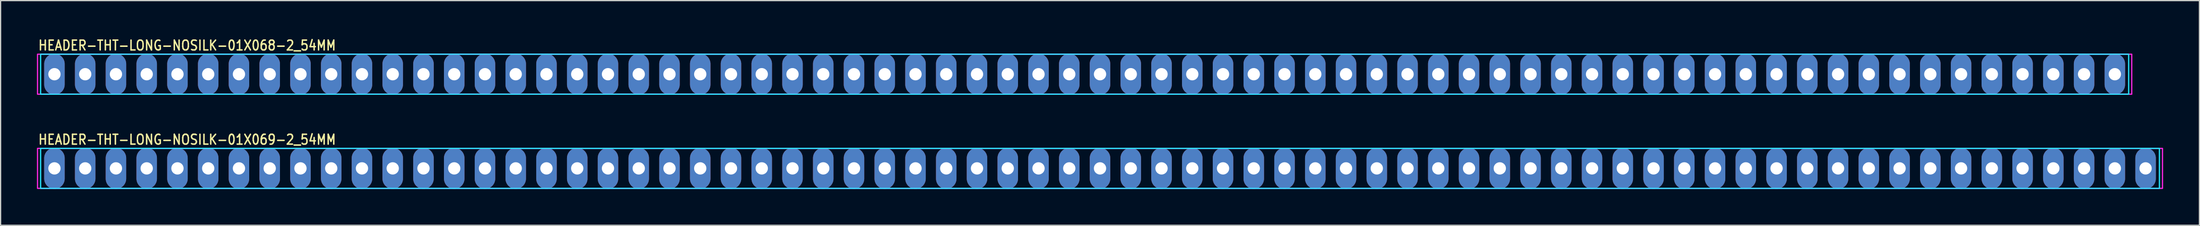
<source format=kicad_pcb>
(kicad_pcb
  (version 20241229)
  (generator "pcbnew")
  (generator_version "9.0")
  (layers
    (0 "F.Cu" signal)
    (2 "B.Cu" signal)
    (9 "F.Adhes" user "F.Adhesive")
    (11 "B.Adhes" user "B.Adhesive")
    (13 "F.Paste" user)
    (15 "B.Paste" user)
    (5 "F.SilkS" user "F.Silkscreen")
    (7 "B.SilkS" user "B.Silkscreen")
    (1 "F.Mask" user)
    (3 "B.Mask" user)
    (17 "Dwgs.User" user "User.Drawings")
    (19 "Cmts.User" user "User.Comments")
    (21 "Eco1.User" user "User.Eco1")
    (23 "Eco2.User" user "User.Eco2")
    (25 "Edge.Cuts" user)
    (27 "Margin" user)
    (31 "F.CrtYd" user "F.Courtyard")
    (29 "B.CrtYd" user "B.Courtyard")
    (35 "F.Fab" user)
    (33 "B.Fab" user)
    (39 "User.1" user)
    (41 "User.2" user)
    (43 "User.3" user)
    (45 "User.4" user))
  (footprint "HEADER-THT-LONG-NOSILK-01X068-2_54MM"
    (layer "F.Cu")
    (at 1.447 3.079)
    (property "Reference" "HEADER-THT-LONG-NOSILK-01X068-2_54MM" (at -1.4 -1.9 0) (unlocked yes) (layer "F.SilkS") (effects (font (size 0.813 0.695) (thickness 0.122)) (justify left bottom)))
    (fp_poly (pts (xy -1.143 -1.651) (xy 171.323 -1.651) (xy 171.323 1.651) (xy -1.143 1.651)) (stroke (width 0.1) (type solid)) (fill no) (layer "B.CrtYd"))
    (fp_poly (pts (xy -1.397 -1.651) (xy 171.577 -1.651) (xy 171.577 1.651) (xy -1.397 1.651)) (stroke (width 0.1) (type solid)) (fill no) (layer "F.CrtYd"))
    (pad "1" thru_hole oval (at 0 0 90) (size 3.387 1.693) (drill 1.016) (layers "*.Cu" "*.Mask"))
    (pad "2" thru_hole oval (at 2.54 0 90) (size 3.387 1.693) (drill 1.016) (layers "*.Cu" "*.Mask"))
    (pad "3" thru_hole oval (at 5.08 0 90) (size 3.387 1.693) (drill 1.016) (layers "*.Cu" "*.Mask"))
    (pad "4" thru_hole oval (at 7.62 0 90) (size 3.387 1.693) (drill 1.016) (layers "*.Cu" "*.Mask"))
    (pad "5" thru_hole oval (at 10.16 0 90) (size 3.387 1.693) (drill 1.016) (layers "*.Cu" "*.Mask"))
    (pad "6" thru_hole oval (at 12.7 0 90) (size 3.387 1.693) (drill 1.016) (layers "*.Cu" "*.Mask"))
    (pad "7" thru_hole oval (at 15.24 0 90) (size 3.387 1.693) (drill 1.016) (layers "*.Cu" "*.Mask"))
    (pad "8" thru_hole oval (at 17.78 0 90) (size 3.387 1.693) (drill 1.016) (layers "*.Cu" "*.Mask"))
    (pad "9" thru_hole oval (at 20.32 0 90) (size 3.387 1.693) (drill 1.016) (layers "*.Cu" "*.Mask"))
    (pad "10" thru_hole oval (at 22.86 0 90) (size 3.387 1.693) (drill 1.016) (layers "*.Cu" "*.Mask"))
    (pad "11" thru_hole oval (at 25.4 0 90) (size 3.387 1.693) (drill 1.016) (layers "*.Cu" "*.Mask"))
    (pad "12" thru_hole oval (at 27.94 0 90) (size 3.387 1.693) (drill 1.016) (layers "*.Cu" "*.Mask"))
    (pad "13" thru_hole oval (at 30.48 0 90) (size 3.387 1.693) (drill 1.016) (layers "*.Cu" "*.Mask"))
    (pad "14" thru_hole oval (at 33.02 0 90) (size 3.387 1.693) (drill 1.016) (layers "*.Cu" "*.Mask"))
    (pad "15" thru_hole oval (at 35.56 0 90) (size 3.387 1.693) (drill 1.016) (layers "*.Cu" "*.Mask"))
    (pad "16" thru_hole oval (at 38.1 0 90) (size 3.387 1.693) (drill 1.016) (layers "*.Cu" "*.Mask"))
    (pad "17" thru_hole oval (at 40.64 0 90) (size 3.387 1.693) (drill 1.016) (layers "*.Cu" "*.Mask"))
    (pad "18" thru_hole oval (at 43.18 0 90) (size 3.387 1.693) (drill 1.016) (layers "*.Cu" "*.Mask"))
    (pad "19" thru_hole oval (at 45.72 0 90) (size 3.387 1.693) (drill 1.016) (layers "*.Cu" "*.Mask"))
    (pad "20" thru_hole oval (at 48.26 0 90) (size 3.387 1.693) (drill 1.016) (layers "*.Cu" "*.Mask"))
    (pad "21" thru_hole oval (at 50.8 0 90) (size 3.387 1.693) (drill 1.016) (layers "*.Cu" "*.Mask"))
    (pad "22" thru_hole oval (at 53.34 0 90) (size 3.387 1.693) (drill 1.016) (layers "*.Cu" "*.Mask"))
    (pad "23" thru_hole oval (at 55.88 0 90) (size 3.387 1.693) (drill 1.016) (layers "*.Cu" "*.Mask"))
    (pad "24" thru_hole oval (at 58.42 0 90) (size 3.387 1.693) (drill 1.016) (layers "*.Cu" "*.Mask"))
    (pad "25" thru_hole oval (at 60.96 0 90) (size 3.387 1.693) (drill 1.016) (layers "*.Cu" "*.Mask"))
    (pad "26" thru_hole oval (at 63.5 0 90) (size 3.387 1.693) (drill 1.016) (layers "*.Cu" "*.Mask"))
    (pad "27" thru_hole oval (at 66.04 0 90) (size 3.387 1.693) (drill 1.016) (layers "*.Cu" "*.Mask"))
    (pad "28" thru_hole oval (at 68.58 0 90) (size 3.387 1.693) (drill 1.016) (layers "*.Cu" "*.Mask"))
    (pad "29" thru_hole oval (at 71.12 0 90) (size 3.387 1.693) (drill 1.016) (layers "*.Cu" "*.Mask"))
    (pad "30" thru_hole oval (at 73.66 0 90) (size 3.387 1.693) (drill 1.016) (layers "*.Cu" "*.Mask"))
    (pad "31" thru_hole oval (at 76.2 0 90) (size 3.387 1.693) (drill 1.016) (layers "*.Cu" "*.Mask"))
    (pad "32" thru_hole oval (at 78.74 0 90) (size 3.387 1.693) (drill 1.016) (layers "*.Cu" "*.Mask"))
    (pad "33" thru_hole oval (at 81.28 0 90) (size 3.387 1.693) (drill 1.016) (layers "*.Cu" "*.Mask"))
    (pad "34" thru_hole oval (at 83.82 0 90) (size 3.387 1.693) (drill 1.016) (layers "*.Cu" "*.Mask"))
    (pad "35" thru_hole oval (at 86.36 0 90) (size 3.387 1.693) (drill 1.016) (layers "*.Cu" "*.Mask"))
    (pad "36" thru_hole oval (at 88.9 0 90) (size 3.387 1.693) (drill 1.016) (layers "*.Cu" "*.Mask"))
    (pad "37" thru_hole oval (at 91.44 0 90) (size 3.387 1.693) (drill 1.016) (layers "*.Cu" "*.Mask"))
    (pad "38" thru_hole oval (at 93.98 0 90) (size 3.387 1.693) (drill 1.016) (layers "*.Cu" "*.Mask"))
    (pad "39" thru_hole oval (at 96.52 0 90) (size 3.387 1.693) (drill 1.016) (layers "*.Cu" "*.Mask"))
    (pad "40" thru_hole oval (at 99.06 0 90) (size 3.387 1.693) (drill 1.016) (layers "*.Cu" "*.Mask"))
    (pad "41" thru_hole oval (at 101.6 0 90) (size 3.387 1.693) (drill 1.016) (layers "*.Cu" "*.Mask"))
    (pad "42" thru_hole oval (at 104.14 0 90) (size 3.387 1.693) (drill 1.016) (layers "*.Cu" "*.Mask"))
    (pad "43" thru_hole oval (at 106.68 0 90) (size 3.387 1.693) (drill 1.016) (layers "*.Cu" "*.Mask"))
    (pad "44" thru_hole oval (at 109.22 0 90) (size 3.387 1.693) (drill 1.016) (layers "*.Cu" "*.Mask"))
    (pad "45" thru_hole oval (at 111.76 0 90) (size 3.387 1.693) (drill 1.016) (layers "*.Cu" "*.Mask"))
    (pad "46" thru_hole oval (at 114.3 0 90) (size 3.387 1.693) (drill 1.016) (layers "*.Cu" "*.Mask"))
    (pad "47" thru_hole oval (at 116.84 0 90) (size 3.387 1.693) (drill 1.016) (layers "*.Cu" "*.Mask"))
    (pad "48" thru_hole oval (at 119.38 0 90) (size 3.387 1.693) (drill 1.016) (layers "*.Cu" "*.Mask"))
    (pad "49" thru_hole oval (at 121.92 0 90) (size 3.387 1.693) (drill 1.016) (layers "*.Cu" "*.Mask"))
    (pad "50" thru_hole oval (at 124.46 0 90) (size 3.387 1.693) (drill 1.016) (layers "*.Cu" "*.Mask"))
    (pad "51" thru_hole oval (at 127 0 90) (size 3.387 1.693) (drill 1.016) (layers "*.Cu" "*.Mask"))
    (pad "52" thru_hole oval (at 129.54 0 90) (size 3.387 1.693) (drill 1.016) (layers "*.Cu" "*.Mask"))
    (pad "53" thru_hole oval (at 132.08 0 90) (size 3.387 1.693) (drill 1.016) (layers "*.Cu" "*.Mask"))
    (pad "54" thru_hole oval (at 134.62 0 90) (size 3.387 1.693) (drill 1.016) (layers "*.Cu" "*.Mask"))
    (pad "55" thru_hole oval (at 137.16 0 90) (size 3.387 1.693) (drill 1.016) (layers "*.Cu" "*.Mask"))
    (pad "56" thru_hole oval (at 139.7 0 90) (size 3.387 1.693) (drill 1.016) (layers "*.Cu" "*.Mask"))
    (pad "57" thru_hole oval (at 142.24 0 90) (size 3.387 1.693) (drill 1.016) (layers "*.Cu" "*.Mask"))
    (pad "58" thru_hole oval (at 144.78 0 90) (size 3.387 1.693) (drill 1.016) (layers "*.Cu" "*.Mask"))
    (pad "59" thru_hole oval (at 147.32 0 90) (size 3.387 1.693) (drill 1.016) (layers "*.Cu" "*.Mask"))
    (pad "60" thru_hole oval (at 149.86 0 90) (size 3.387 1.693) (drill 1.016) (layers "*.Cu" "*.Mask"))
    (pad "61" thru_hole oval (at 152.4 0 90) (size 3.387 1.693) (drill 1.016) (layers "*.Cu" "*.Mask"))
    (pad "62" thru_hole oval (at 154.94 0 90) (size 3.387 1.693) (drill 1.016) (layers "*.Cu" "*.Mask"))
    (pad "63" thru_hole oval (at 157.48 0 90) (size 3.387 1.693) (drill 1.016) (layers "*.Cu" "*.Mask"))
    (pad "64" thru_hole oval (at 160.02 0 90) (size 3.387 1.693) (drill 1.016) (layers "*.Cu" "*.Mask"))
    (pad "65" thru_hole oval (at 162.56 0 90) (size 3.387 1.693) (drill 1.016) (layers "*.Cu" "*.Mask"))
    (pad "66" thru_hole oval (at 165.1 0 90) (size 3.387 1.693) (drill 1.016) (layers "*.Cu" "*.Mask"))
    (pad "67" thru_hole oval (at 167.64 0 90) (size 3.387 1.693) (drill 1.016) (layers "*.Cu" "*.Mask"))
    (pad "68" thru_hole oval (at 170.18 0 90) (size 3.387 1.693) (drill 1.016) (layers "*.Cu" "*.Mask")))
  (footprint "HEADER-THT-LONG-NOSILK-01X069-2_54MM"
    (layer "F.Cu")
    (at 1.447 10.858)
    (property "Reference" "HEADER-THT-LONG-NOSILK-01X069-2_54MM" (at -1.4 -1.9 0) (unlocked yes) (layer "F.SilkS") (effects (font (size 0.813 0.695) (thickness 0.122)) (justify left bottom)))
    (fp_poly (pts (xy -1.143 -1.651) (xy 173.863 -1.651) (xy 173.863 1.651) (xy -1.143 1.651)) (stroke (width 0.1) (type solid)) (fill no) (layer "B.CrtYd"))
    (fp_poly (pts (xy -1.397 -1.651) (xy 174.117 -1.651) (xy 174.117 1.651) (xy -1.397 1.651)) (stroke (width 0.1) (type solid)) (fill no) (layer "F.CrtYd"))
    (pad "1" thru_hole oval (at 0 0 90) (size 3.387 1.693) (drill 1.016) (layers "*.Cu" "*.Mask"))
    (pad "2" thru_hole oval (at 2.54 0 90) (size 3.387 1.693) (drill 1.016) (layers "*.Cu" "*.Mask"))
    (pad "3" thru_hole oval (at 5.08 0 90) (size 3.387 1.693) (drill 1.016) (layers "*.Cu" "*.Mask"))
    (pad "4" thru_hole oval (at 7.62 0 90) (size 3.387 1.693) (drill 1.016) (layers "*.Cu" "*.Mask"))
    (pad "5" thru_hole oval (at 10.16 0 90) (size 3.387 1.693) (drill 1.016) (layers "*.Cu" "*.Mask"))
    (pad "6" thru_hole oval (at 12.7 0 90) (size 3.387 1.693) (drill 1.016) (layers "*.Cu" "*.Mask"))
    (pad "7" thru_hole oval (at 15.24 0 90) (size 3.387 1.693) (drill 1.016) (layers "*.Cu" "*.Mask"))
    (pad "8" thru_hole oval (at 17.78 0 90) (size 3.387 1.693) (drill 1.016) (layers "*.Cu" "*.Mask"))
    (pad "9" thru_hole oval (at 20.32 0 90) (size 3.387 1.693) (drill 1.016) (layers "*.Cu" "*.Mask"))
    (pad "10" thru_hole oval (at 22.86 0 90) (size 3.387 1.693) (drill 1.016) (layers "*.Cu" "*.Mask"))
    (pad "11" thru_hole oval (at 25.4 0 90) (size 3.387 1.693) (drill 1.016) (layers "*.Cu" "*.Mask"))
    (pad "12" thru_hole oval (at 27.94 0 90) (size 3.387 1.693) (drill 1.016) (layers "*.Cu" "*.Mask"))
    (pad "13" thru_hole oval (at 30.48 0 90) (size 3.387 1.693) (drill 1.016) (layers "*.Cu" "*.Mask"))
    (pad "14" thru_hole oval (at 33.02 0 90) (size 3.387 1.693) (drill 1.016) (layers "*.Cu" "*.Mask"))
    (pad "15" thru_hole oval (at 35.56 0 90) (size 3.387 1.693) (drill 1.016) (layers "*.Cu" "*.Mask"))
    (pad "16" thru_hole oval (at 38.1 0 90) (size 3.387 1.693) (drill 1.016) (layers "*.Cu" "*.Mask"))
    (pad "17" thru_hole oval (at 40.64 0 90) (size 3.387 1.693) (drill 1.016) (layers "*.Cu" "*.Mask"))
    (pad "18" thru_hole oval (at 43.18 0 90) (size 3.387 1.693) (drill 1.016) (layers "*.Cu" "*.Mask"))
    (pad "19" thru_hole oval (at 45.72 0 90) (size 3.387 1.693) (drill 1.016) (layers "*.Cu" "*.Mask"))
    (pad "20" thru_hole oval (at 48.26 0 90) (size 3.387 1.693) (drill 1.016) (layers "*.Cu" "*.Mask"))
    (pad "21" thru_hole oval (at 50.8 0 90) (size 3.387 1.693) (drill 1.016) (layers "*.Cu" "*.Mask"))
    (pad "22" thru_hole oval (at 53.34 0 90) (size 3.387 1.693) (drill 1.016) (layers "*.Cu" "*.Mask"))
    (pad "23" thru_hole oval (at 55.88 0 90) (size 3.387 1.693) (drill 1.016) (layers "*.Cu" "*.Mask"))
    (pad "24" thru_hole oval (at 58.42 0 90) (size 3.387 1.693) (drill 1.016) (layers "*.Cu" "*.Mask"))
    (pad "25" thru_hole oval (at 60.96 0 90) (size 3.387 1.693) (drill 1.016) (layers "*.Cu" "*.Mask"))
    (pad "26" thru_hole oval (at 63.5 0 90) (size 3.387 1.693) (drill 1.016) (layers "*.Cu" "*.Mask"))
    (pad "27" thru_hole oval (at 66.04 0 90) (size 3.387 1.693) (drill 1.016) (layers "*.Cu" "*.Mask"))
    (pad "28" thru_hole oval (at 68.58 0 90) (size 3.387 1.693) (drill 1.016) (layers "*.Cu" "*.Mask"))
    (pad "29" thru_hole oval (at 71.12 0 90) (size 3.387 1.693) (drill 1.016) (layers "*.Cu" "*.Mask"))
    (pad "30" thru_hole oval (at 73.66 0 90) (size 3.387 1.693) (drill 1.016) (layers "*.Cu" "*.Mask"))
    (pad "31" thru_hole oval (at 76.2 0 90) (size 3.387 1.693) (drill 1.016) (layers "*.Cu" "*.Mask"))
    (pad "32" thru_hole oval (at 78.74 0 90) (size 3.387 1.693) (drill 1.016) (layers "*.Cu" "*.Mask"))
    (pad "33" thru_hole oval (at 81.28 0 90) (size 3.387 1.693) (drill 1.016) (layers "*.Cu" "*.Mask"))
    (pad "34" thru_hole oval (at 83.82 0 90) (size 3.387 1.693) (drill 1.016) (layers "*.Cu" "*.Mask"))
    (pad "35" thru_hole oval (at 86.36 0 90) (size 3.387 1.693) (drill 1.016) (layers "*.Cu" "*.Mask"))
    (pad "36" thru_hole oval (at 88.9 0 90) (size 3.387 1.693) (drill 1.016) (layers "*.Cu" "*.Mask"))
    (pad "37" thru_hole oval (at 91.44 0 90) (size 3.387 1.693) (drill 1.016) (layers "*.Cu" "*.Mask"))
    (pad "38" thru_hole oval (at 93.98 0 90) (size 3.387 1.693) (drill 1.016) (layers "*.Cu" "*.Mask"))
    (pad "39" thru_hole oval (at 96.52 0 90) (size 3.387 1.693) (drill 1.016) (layers "*.Cu" "*.Mask"))
    (pad "40" thru_hole oval (at 99.06 0 90) (size 3.387 1.693) (drill 1.016) (layers "*.Cu" "*.Mask"))
    (pad "41" thru_hole oval (at 101.6 0 90) (size 3.387 1.693) (drill 1.016) (layers "*.Cu" "*.Mask"))
    (pad "42" thru_hole oval (at 104.14 0 90) (size 3.387 1.693) (drill 1.016) (layers "*.Cu" "*.Mask"))
    (pad "43" thru_hole oval (at 106.68 0 90) (size 3.387 1.693) (drill 1.016) (layers "*.Cu" "*.Mask"))
    (pad "44" thru_hole oval (at 109.22 0 90) (size 3.387 1.693) (drill 1.016) (layers "*.Cu" "*.Mask"))
    (pad "45" thru_hole oval (at 111.76 0 90) (size 3.387 1.693) (drill 1.016) (layers "*.Cu" "*.Mask"))
    (pad "46" thru_hole oval (at 114.3 0 90) (size 3.387 1.693) (drill 1.016) (layers "*.Cu" "*.Mask"))
    (pad "47" thru_hole oval (at 116.84 0 90) (size 3.387 1.693) (drill 1.016) (layers "*.Cu" "*.Mask"))
    (pad "48" thru_hole oval (at 119.38 0 90) (size 3.387 1.693) (drill 1.016) (layers "*.Cu" "*.Mask"))
    (pad "49" thru_hole oval (at 121.92 0 90) (size 3.387 1.693) (drill 1.016) (layers "*.Cu" "*.Mask"))
    (pad "50" thru_hole oval (at 124.46 0 90) (size 3.387 1.693) (drill 1.016) (layers "*.Cu" "*.Mask"))
    (pad "51" thru_hole oval (at 127 0 90) (size 3.387 1.693) (drill 1.016) (layers "*.Cu" "*.Mask"))
    (pad "52" thru_hole oval (at 129.54 0 90) (size 3.387 1.693) (drill 1.016) (layers "*.Cu" "*.Mask"))
    (pad "53" thru_hole oval (at 132.08 0 90) (size 3.387 1.693) (drill 1.016) (layers "*.Cu" "*.Mask"))
    (pad "54" thru_hole oval (at 134.62 0 90) (size 3.387 1.693) (drill 1.016) (layers "*.Cu" "*.Mask"))
    (pad "55" thru_hole oval (at 137.16 0 90) (size 3.387 1.693) (drill 1.016) (layers "*.Cu" "*.Mask"))
    (pad "56" thru_hole oval (at 139.7 0 90) (size 3.387 1.693) (drill 1.016) (layers "*.Cu" "*.Mask"))
    (pad "57" thru_hole oval (at 142.24 0 90) (size 3.387 1.693) (drill 1.016) (layers "*.Cu" "*.Mask"))
    (pad "58" thru_hole oval (at 144.78 0 90) (size 3.387 1.693) (drill 1.016) (layers "*.Cu" "*.Mask"))
    (pad "59" thru_hole oval (at 147.32 0 90) (size 3.387 1.693) (drill 1.016) (layers "*.Cu" "*.Mask"))
    (pad "60" thru_hole oval (at 149.86 0 90) (size 3.387 1.693) (drill 1.016) (layers "*.Cu" "*.Mask"))
    (pad "61" thru_hole oval (at 152.4 0 90) (size 3.387 1.693) (drill 1.016) (layers "*.Cu" "*.Mask"))
    (pad "62" thru_hole oval (at 154.94 0 90) (size 3.387 1.693) (drill 1.016) (layers "*.Cu" "*.Mask"))
    (pad "63" thru_hole oval (at 157.48 0 90) (size 3.387 1.693) (drill 1.016) (layers "*.Cu" "*.Mask"))
    (pad "64" thru_hole oval (at 160.02 0 90) (size 3.387 1.693) (drill 1.016) (layers "*.Cu" "*.Mask"))
    (pad "65" thru_hole oval (at 162.56 0 90) (size 3.387 1.693) (drill 1.016) (layers "*.Cu" "*.Mask"))
    (pad "66" thru_hole oval (at 165.1 0 90) (size 3.387 1.693) (drill 1.016) (layers "*.Cu" "*.Mask"))
    (pad "67" thru_hole oval (at 167.64 0 90) (size 3.387 1.693) (drill 1.016) (layers "*.Cu" "*.Mask"))
    (pad "68" thru_hole oval (at 170.18 0 90) (size 3.387 1.693) (drill 1.016) (layers "*.Cu" "*.Mask"))
    (pad "69" thru_hole oval (at 172.72 0 90) (size 3.387 1.693) (drill 1.016) (layers "*.Cu" "*.Mask")))
  (gr_rect
    (start -3 -3)
    (end 178.614 15.559)
    (stroke (width 0.1) (type default))
    (fill no)
    (layer "Edge.Cuts")))
</source>
